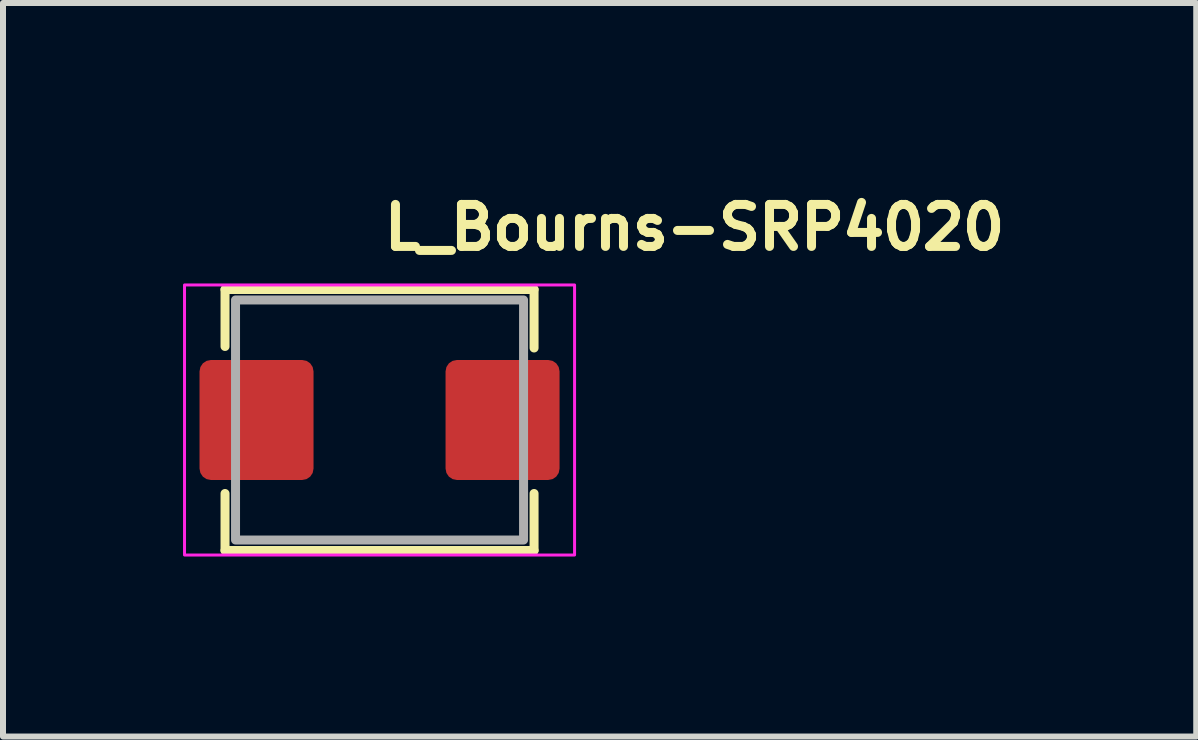
<source format=kicad_pcb>
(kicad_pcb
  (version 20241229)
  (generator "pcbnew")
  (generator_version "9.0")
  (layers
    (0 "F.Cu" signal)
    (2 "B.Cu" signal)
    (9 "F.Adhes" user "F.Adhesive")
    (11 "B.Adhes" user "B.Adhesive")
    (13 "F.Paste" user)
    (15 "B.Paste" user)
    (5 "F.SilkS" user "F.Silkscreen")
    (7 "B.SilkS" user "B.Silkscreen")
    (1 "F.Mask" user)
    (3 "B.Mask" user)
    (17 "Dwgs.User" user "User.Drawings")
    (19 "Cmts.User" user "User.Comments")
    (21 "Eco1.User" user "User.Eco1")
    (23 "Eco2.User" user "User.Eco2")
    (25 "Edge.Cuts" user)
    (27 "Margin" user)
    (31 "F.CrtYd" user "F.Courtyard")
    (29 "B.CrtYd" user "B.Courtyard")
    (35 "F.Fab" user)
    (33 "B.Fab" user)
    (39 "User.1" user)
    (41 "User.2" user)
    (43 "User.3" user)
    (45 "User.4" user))
  (footprint "L_Bourns-SRP4020"
    (layer "F.Cu")
    (at 3.275 3.949)
    (property "Reference" "L_Bourns-SRP4020" (at 0 -2.799 0) (layer "F.SilkS") (effects (font (size 0.7 0.7) (thickness 0.15)) (justify left bottom)))
    (attr smd)
    (fp_line (start -2.575 -2.175) (end 2.575 -2.175) (stroke (width 0.15) (type solid)) (layer "F.SilkS"))
    (fp_line (start -2.575 -1.225) (end -2.575 -2.175) (stroke (width 0.15) (type solid)) (layer "F.SilkS"))
    (fp_line (start -2.575 2.175) (end -2.575 1.225) (stroke (width 0.15) (type solid)) (layer "F.SilkS"))
    (fp_line (start 2.575 -1.2) (end 2.575 -2.175) (stroke (width 0.15) (type solid)) (layer "F.SilkS"))
    (fp_line (start 2.575 2.175) (end -2.575 2.175) (stroke (width 0.15) (type solid)) (layer "F.SilkS"))
    (fp_line (start 2.575 2.175) (end 2.575 1.225) (stroke (width 0.15) (type solid)) (layer "F.SilkS"))
    (fp_rect (start -3.25 -2.25) (end 3.25 2.25) (stroke (width 0.05) (type solid)) (fill no) (layer "F.CrtYd"))
    (fp_rect (start -2.4 -2) (end 2.4 2) (stroke (width 0.15) (type solid)) (fill no) (layer "F.Fab"))
    (fp_rect (start -2.4 -2) (end 2.4 2) (stroke (width 0.1) (type solid)) (fill no) (layer "User.5"))
    (fp_line (start -2.4 0.3) (end -2.4 -0.3) (stroke (width 0.02) (type solid)) (layer "User.9"))
    (fp_line (start -2.3 -2) (end -2.251 -1.952) (stroke (width 0.02) (type solid)) (layer "User.9"))
    (fp_line (start -2.3 -2) (end 2.3 -2) (stroke (width 0.02) (type solid)) (layer "User.9"))
    (fp_line (start -2.3 -0.3) (end -2.4 -0.3) (stroke (width 0.02) (type solid)) (layer "User.9"))
    (fp_line (start -2.3 0.3) (end -2.4 0.3) (stroke (width 0.02) (type solid)) (layer "User.9"))
    (fp_line (start -2.3 2) (end -2.3 -2) (stroke (width 0.02) (type solid)) (layer "User.9"))
    (fp_line (start -2.3 2) (end -2.251 1.952) (stroke (width 0.02) (type solid)) (layer "User.9"))
    (fp_line (start -2.3 2) (end 2.3 2) (stroke (width 0.02) (type solid)) (layer "User.9"))
    (fp_line (start -2.251 -1.952) (end 2.251 -1.952) (stroke (width 0.02) (type solid)) (layer "User.9"))
    (fp_line (start -2.251 1.952) (end -2.251 -1.952) (stroke (width 0.02) (type solid)) (layer "User.9"))
    (fp_line (start -2.251 1.952) (end 2.251 1.952) (stroke (width 0.02) (type solid)) (layer "User.9"))
    (fp_line (start 2.251 1.952) (end 2.251 -1.952) (stroke (width 0.02) (type solid)) (layer "User.9"))
    (fp_line (start 2.3 -2) (end 2.251 -1.952) (stroke (width 0.02) (type solid)) (layer "User.9"))
    (fp_line (start 2.3 2) (end 2.251 1.952) (stroke (width 0.02) (type solid)) (layer "User.9"))
    (fp_line (start 2.3 2) (end 2.3 -2) (stroke (width 0.02) (type solid)) (layer "User.9"))
    (fp_line (start 2.4 -0.3) (end 2.3 -0.3) (stroke (width 0.02) (type solid)) (layer "User.9"))
    (fp_line (start 2.4 0.3) (end 2.3 0.3) (stroke (width 0.02) (type solid)) (layer "User.9"))
    (fp_line (start 2.4 0.3) (end 2.4 -0.3) (stroke (width 0.02) (type solid)) (layer "User.9"))
    (pad "1" smd roundrect (at -2.05 0) (size 1.9 2) (layers "F.Cu" "F.Mask" "F.Paste") (roundrect_rratio 0.1))
    (pad "2" smd roundrect (at 2.05 0) (size 1.9 2) (layers "F.Cu" "F.Mask" "F.Paste") (roundrect_rratio 0.1)))
  (gr_rect
    (start -3 -3)
    (end 16.885 9.224)
    (stroke (width 0.1) (type default))
    (fill no)
    (layer "Edge.Cuts")))
</source>
